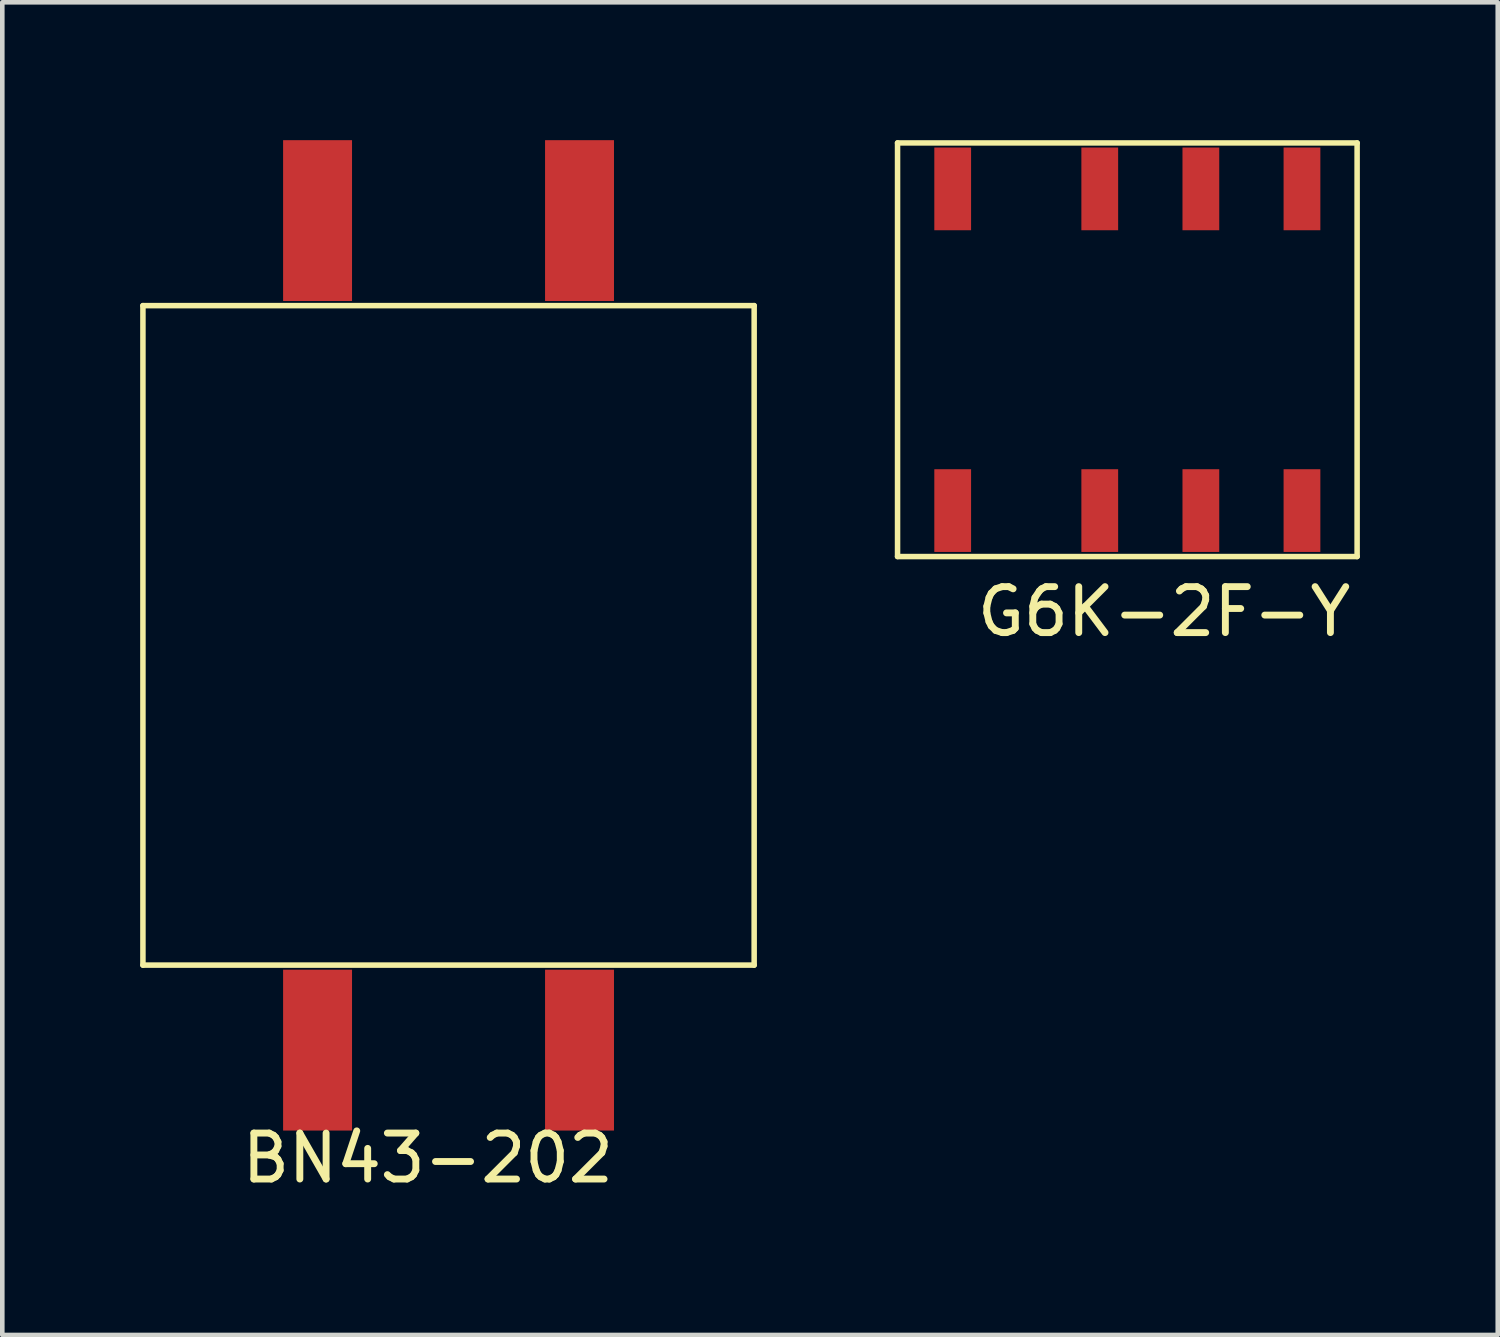
<source format=kicad_pcb>
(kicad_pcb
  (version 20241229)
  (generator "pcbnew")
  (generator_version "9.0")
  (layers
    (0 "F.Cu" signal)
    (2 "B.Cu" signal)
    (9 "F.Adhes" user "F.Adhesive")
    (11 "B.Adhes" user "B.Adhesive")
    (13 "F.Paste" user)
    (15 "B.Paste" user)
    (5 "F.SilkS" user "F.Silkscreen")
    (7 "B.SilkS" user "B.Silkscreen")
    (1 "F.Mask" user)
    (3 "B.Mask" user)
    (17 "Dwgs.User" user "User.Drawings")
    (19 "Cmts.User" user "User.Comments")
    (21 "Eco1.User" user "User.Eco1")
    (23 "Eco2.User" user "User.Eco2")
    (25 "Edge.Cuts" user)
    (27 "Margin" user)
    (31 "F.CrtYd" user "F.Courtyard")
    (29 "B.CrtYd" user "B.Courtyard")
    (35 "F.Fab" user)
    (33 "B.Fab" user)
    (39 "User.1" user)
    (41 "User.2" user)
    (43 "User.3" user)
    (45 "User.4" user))
  (footprint "G6K-2F-Y"
    (layer "F.Cu")
    (at 21.48 4.56)
    (property "Reference" "G6K-2F-Y" (at 0.8 5.7 0) (layer "F.SilkS") (effects (font (size 1 1) (thickness 0.15))))
    (attr smd)
    (fp_line (start -5 -4.5) (end -5 4.5) (stroke (width 0.12) (type solid)) (layer "F.SilkS"))
    (fp_line (start -5 4.5) (end 5 4.5) (stroke (width 0.12) (type solid)) (layer "F.SilkS"))
    (fp_line (start 5 -4.5) (end -5 -4.5) (stroke (width 0.12) (type solid)) (layer "F.SilkS"))
    (fp_line (start 5 4.5) (end 5 -4.5) (stroke (width 0.12) (type solid)) (layer "F.SilkS"))
    (pad "1" smd rect (at -3.8 3.5) (size 0.8 1.8) (layers "F.Cu" "F.Mask" "F.Paste"))
    (pad "2" smd rect (at -0.6 3.5) (size 0.8 1.8) (layers "F.Cu" "F.Mask" "F.Paste"))
    (pad "3" smd rect (at 1.6 3.5) (size 0.8 1.8) (layers "F.Cu" "F.Mask" "F.Paste"))
    (pad "4" smd rect (at 3.8 3.5) (size 0.8 1.8) (layers "F.Cu" "F.Mask" "F.Paste"))
    (pad "5" smd rect (at 3.8 -3.5) (size 0.8 1.8) (layers "F.Cu" "F.Mask" "F.Paste"))
    (pad "6" smd rect (at 1.6 -3.5) (size 0.8 1.8) (layers "F.Cu" "F.Mask" "F.Paste"))
    (pad "7" smd rect (at -0.6 -3.5) (size 0.8 1.8) (layers "F.Cu" "F.Mask" "F.Paste"))
    (pad "8" smd rect (at -3.8 -3.5) (size 0.8 1.8) (layers "F.Cu" "F.Mask" "F.Paste")))
  (footprint "BN43-202"
    (layer "F.Cu")
    (at 6.76 10.45)
    (property "Reference" "BN43-202" (at -0.5 11.7 0) (layer "F.SilkS") (effects (font (size 1 1) (thickness 0.15))))
    (attr through_hole)
    (fp_line (start -6.7 -6.85) (end -6.7 7.5) (stroke (width 0.12) (type solid)) (layer "F.SilkS"))
    (fp_line (start -6.7 7.5) (end 6.6 7.5) (stroke (width 0.12) (type solid)) (layer "F.SilkS"))
    (fp_line (start 6.6 -6.85) (end -6.7 -6.85) (stroke (width 0.12) (type solid)) (layer "F.SilkS"))
    (fp_line (start 6.6 7.5) (end 6.6 -6.85) (stroke (width 0.12) (type solid)) (layer "F.SilkS"))
    (pad "1" smd rect (at -2.9 9.35) (size 1.5 3.5) (layers "F.Cu" "F.Mask" "F.Paste"))
    (pad "2" smd rect (at 2.8 9.35) (size 1.5 3.5) (layers "F.Cu" "F.Mask" "F.Paste"))
    (pad "3" smd rect (at 2.8 -8.7) (size 1.5 3.5) (layers "F.Cu" "F.Mask" "F.Paste"))
    (pad "4" smd rect (at -2.9 -8.7) (size 1.5 3.5) (layers "F.Cu" "F.Mask" "F.Paste")))
  (gr_rect
    (start -3 -3)
    (end 29.54 25.998)
    (stroke (width 0.1) (type default))
    (fill no)
    (layer "Edge.Cuts")))
</source>
